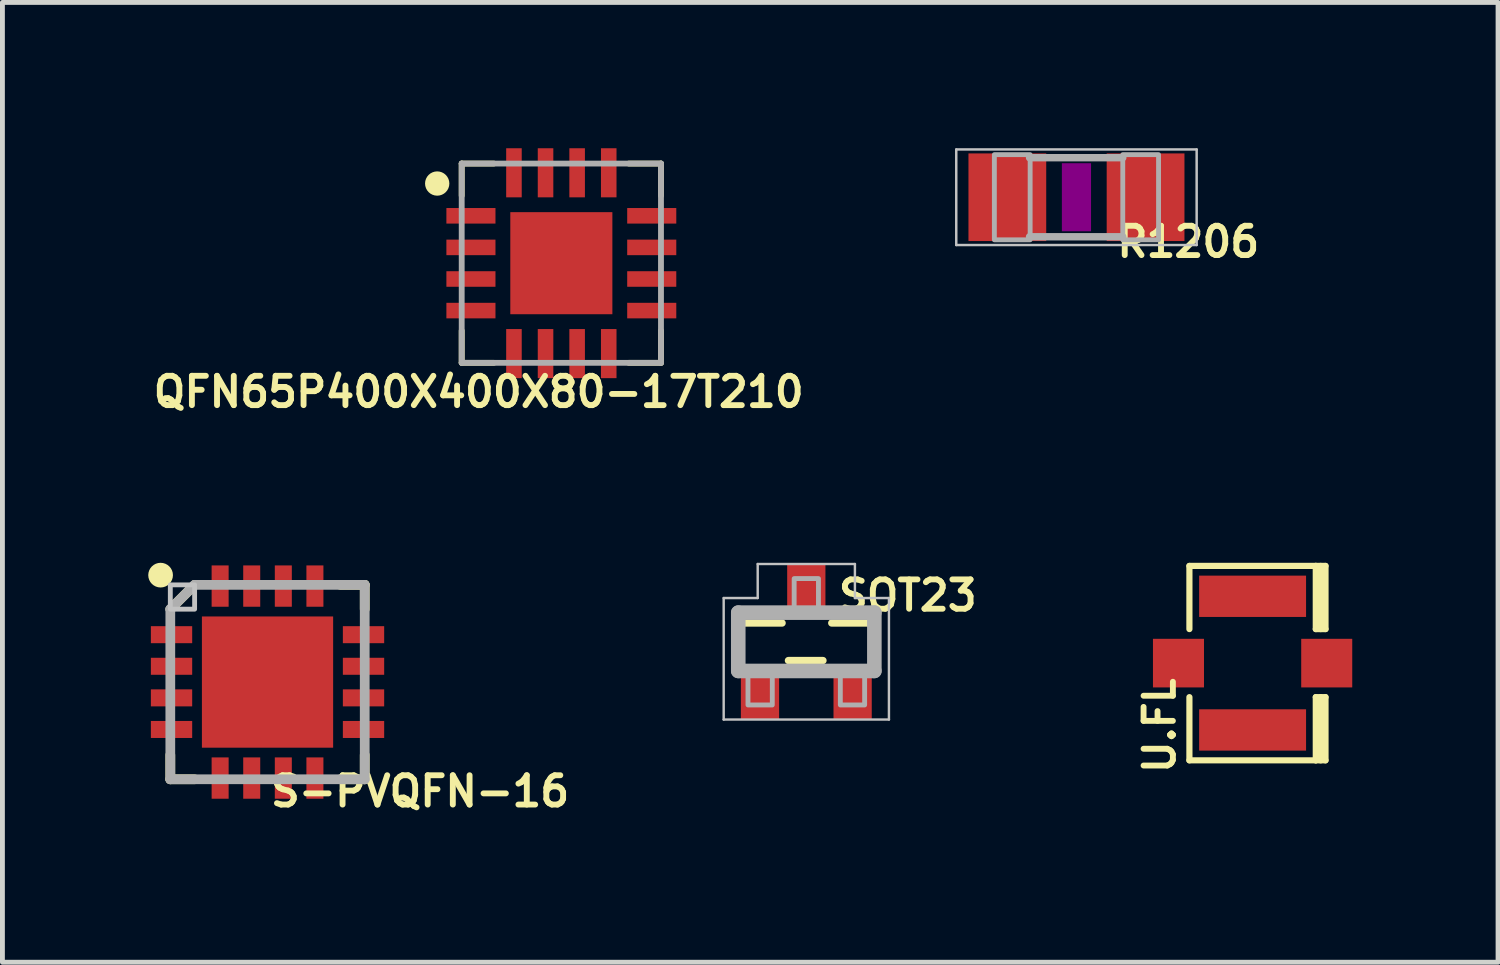
<source format=kicad_pcb>
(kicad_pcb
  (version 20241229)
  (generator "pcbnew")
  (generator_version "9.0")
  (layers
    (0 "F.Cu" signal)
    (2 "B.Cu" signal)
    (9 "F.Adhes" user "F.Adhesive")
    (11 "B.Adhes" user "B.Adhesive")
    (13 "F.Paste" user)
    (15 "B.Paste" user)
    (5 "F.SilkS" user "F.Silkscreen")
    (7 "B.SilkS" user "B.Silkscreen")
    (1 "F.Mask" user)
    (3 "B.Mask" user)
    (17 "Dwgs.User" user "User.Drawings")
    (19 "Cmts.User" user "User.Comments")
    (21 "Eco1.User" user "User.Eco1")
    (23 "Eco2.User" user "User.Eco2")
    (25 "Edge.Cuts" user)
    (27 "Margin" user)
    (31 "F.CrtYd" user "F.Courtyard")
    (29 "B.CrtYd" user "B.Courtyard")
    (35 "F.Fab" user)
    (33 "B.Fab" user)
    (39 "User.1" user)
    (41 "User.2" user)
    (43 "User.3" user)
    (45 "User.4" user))
  (footprint "R1206"
    (layer "F.Cu")
    (at 19.097 1.008)
    (property "Reference" "R1206" (at 0.77 1.27 180) (layer "F.SilkS") (effects (font (size 0.603 0.603) (thickness 0.121)) (justify left bottom)))
    (attr through_hole)
    (fp_poly (pts (xy -0.3 0.7) (xy 0.3 0.7) (xy 0.3 -0.7) (xy -0.3 -0.7)) (stroke (width 0) (type solid)) (fill yes) (layer "F.Adhes"))
    (fp_line (start -2.473 -0.983) (end 2.473 -0.983) (stroke (width 0.051) (type solid)) (layer "Dwgs.User"))
    (fp_line (start -2.473 0.983) (end -2.473 -0.983) (stroke (width 0.051) (type solid)) (layer "Dwgs.User"))
    (fp_line (start 2.473 -0.983) (end 2.473 0.983) (stroke (width 0.051) (type solid)) (layer "Dwgs.User"))
    (fp_line (start 2.473 0.983) (end -2.473 0.983) (stroke (width 0.051) (type solid)) (layer "Dwgs.User"))
    (fp_line (start 0.953 -0.813) (end -0.965 -0.813) (stroke (width 0.152) (type solid)) (layer "F.Fab"))
    (fp_line (start 0.953 0.813) (end -0.965 0.813) (stroke (width 0.152) (type solid)) (layer "F.Fab"))
    (fp_poly (pts (xy -1.689 0.876) (xy -0.953 0.876) (xy -0.953 -0.876) (xy -1.689 -0.876)) (stroke (width 0.1) (type solid)) (fill no) (layer "F.Fab"))
    (fp_poly (pts (xy 0.953 0.876) (xy 1.689 0.876) (xy 1.689 -0.876) (xy 0.953 -0.876)) (stroke (width 0.1) (type solid)) (fill no) (layer "F.Fab"))
    (pad "1" smd rect (at -1.422 0) (size 1.6 1.803) (layers "F.Cu" "F.Mask" "F.Paste"))
    (pad "2" smd rect (at 1.422 0) (size 1.6 1.803) (layers "F.Cu" "F.Mask" "F.Paste")))
  (footprint "S-PVQFN-16"
    (layer "F.Cu")
    (at 2.454 10.983)
    (property "Reference" "S-PVQFN-16" (at 0 2.6 180) (layer "F.SilkS") (effects (font (size 0.603 0.603) (thickness 0.121)) (justify left bottom)))
    (attr through_hole)
    (fp_line (start -2 1.5) (end -2 2) (stroke (width 0.2) (type solid)) (layer "F.SilkS"))
    (fp_line (start -2 2) (end -1.5 2) (stroke (width 0.2) (type solid)) (layer "F.SilkS"))
    (fp_line (start -1.5 -2) (end -2 -1.5) (stroke (width 0.2) (type solid)) (layer "F.SilkS"))
    (fp_line (start 1.5 2) (end 2 2) (stroke (width 0.2) (type solid)) (layer "F.SilkS"))
    (fp_line (start 2 -2) (end 1.5 -2) (stroke (width 0.2) (type solid)) (layer "F.SilkS"))
    (fp_line (start 2 -1.5) (end 2 -2) (stroke (width 0.2) (type solid)) (layer "F.SilkS"))
    (fp_line (start 2 2) (end 2 1.5) (stroke (width 0.2) (type solid)) (layer "F.SilkS"))
    (fp_circle (center -2.2 -2.2) (end -2.073 -2.2) (stroke (width 0.254) (type solid)) (fill no) (layer "F.SilkS"))
    (fp_poly (pts (xy -0.2 -0.2) (xy -0.2 -1.2) (xy -0.7 -1.2) (xy -1.2 -0.7) (xy -1.2 -0.2)) (stroke (width 0) (type solid)) (fill yes) (layer "F.Paste"))
    (fp_poly (pts (xy -0.2 0.2) (xy -1.2 0.2) (xy -1.2 0.7) (xy -0.7 1.2) (xy -0.2 1.2)) (stroke (width 0) (type solid)) (fill yes) (layer "F.Paste"))
    (fp_poly (pts (xy 0.2 -0.2) (xy 1.2 -0.2) (xy 1.2 -0.7) (xy 0.7 -1.2) (xy 0.2 -1.2)) (stroke (width 0) (type solid)) (fill yes) (layer "F.Paste"))
    (fp_poly (pts (xy 0.2 0.2) (xy 0.2 1.2) (xy 0.7 1.2) (xy 1.2 0.7) (xy 1.2 0.2)) (stroke (width 0) (type solid)) (fill yes) (layer "F.Paste"))
    (fp_poly (pts (xy -2 -1.5) (xy -1.5 -1.5) (xy -1.5 -2) (xy -2 -2)) (stroke (width 0.1) (type solid)) (fill no) (layer "Dwgs.User"))
    (fp_line (start -2 2) (end -2 -1.5) (stroke (width 0.2) (type solid)) (layer "F.Fab"))
    (fp_line (start -1.5 -2) (end -2 -1.5) (stroke (width 0.2) (type solid)) (layer "F.Fab"))
    (fp_line (start -1.5 -2) (end 2 -2) (stroke (width 0.2) (type solid)) (layer "F.Fab"))
    (fp_line (start 2 -2) (end 2 2) (stroke (width 0.2) (type solid)) (layer "F.Fab"))
    (fp_line (start 2 2) (end -2 2) (stroke (width 0.2) (type solid)) (layer "F.Fab"))
    (pad "1" smd rect (at -1.975 -0.975 270) (size 0.35 0.85) (layers "F.Cu" "F.Mask" "F.Paste"))
    (pad "2" smd rect (at -1.975 -0.325 270) (size 0.35 0.85) (layers "F.Cu" "F.Mask" "F.Paste"))
    (pad "3" smd rect (at -1.975 0.325 270) (size 0.35 0.85) (layers "F.Cu" "F.Mask" "F.Paste"))
    (pad "4" smd rect (at -1.975 0.975 270) (size 0.35 0.85) (layers "F.Cu" "F.Mask" "F.Paste"))
    (pad "5" smd rect (at -0.975 1.975) (size 0.35 0.85) (layers "F.Cu" "F.Mask" "F.Paste"))
    (pad "6" smd rect (at -0.325 1.975) (size 0.35 0.85) (layers "F.Cu" "F.Mask" "F.Paste"))
    (pad "7" smd rect (at 0.325 1.975) (size 0.35 0.85) (layers "F.Cu" "F.Mask" "F.Paste"))
    (pad "8" smd rect (at 0.975 1.975) (size 0.35 0.85) (layers "F.Cu" "F.Mask" "F.Paste"))
    (pad "9" smd rect (at 1.975 0.975 90) (size 0.35 0.85) (layers "F.Cu" "F.Mask" "F.Paste"))
    (pad "10" smd rect (at 1.975 0.325 90) (size 0.35 0.85) (layers "F.Cu" "F.Mask" "F.Paste"))
    (pad "11" smd rect (at 1.975 -0.325 90) (size 0.35 0.85) (layers "F.Cu" "F.Mask" "F.Paste"))
    (pad "12" smd rect (at 1.975 -0.975 90) (size 0.35 0.85) (layers "F.Cu" "F.Mask" "F.Paste"))
    (pad "13" smd rect (at 0.975 -1.975 180) (size 0.35 0.85) (layers "F.Cu" "F.Mask" "F.Paste"))
    (pad "14" smd rect (at 0.325 -1.975 180) (size 0.35 0.85) (layers "F.Cu" "F.Mask" "F.Paste"))
    (pad "15" smd rect (at -0.325 -1.975 180) (size 0.35 0.85) (layers "F.Cu" "F.Mask" "F.Paste"))
    (pad "16" smd rect (at -0.975 -1.975 180) (size 0.35 0.85) (layers "F.Cu" "F.Mask" "F.Paste"))
    (pad "PAD" smd rect (at 0 0) (size 2.7 2.7) (layers "F.Cu" "F.Mask")))
  (footprint "QFN65P400X400X80-17T210"
    (layer "F.Cu")
    (at 8.499 2.365)
    (property "Reference" "QFN65P400X400X80-17T210" (at -1.7 3 0) (layer "F.SilkS") (effects (font (size 0.603 0.603) (thickness 0.121)) (justify bottom)))
    (attr through_hole)
    (fp_line (start -2.05 -2.05) (end -1.389 -2.05) (stroke (width 0.12) (type solid)) (layer "F.SilkS"))
    (fp_line (start -2.05 -1.389) (end -2.05 -2.05) (stroke (width 0.12) (type solid)) (layer "F.SilkS"))
    (fp_line (start -2.05 1.389) (end -2.05 2.05) (stroke (width 0.12) (type solid)) (layer "F.SilkS"))
    (fp_line (start -2.05 2.05) (end -1.389 2.05) (stroke (width 0.12) (type solid)) (layer "F.SilkS"))
    (fp_line (start 2.05 -2.05) (end 1.389 -2.05) (stroke (width 0.12) (type solid)) (layer "F.SilkS"))
    (fp_line (start 2.05 -1.389) (end 2.05 -2.05) (stroke (width 0.12) (type solid)) (layer "F.SilkS"))
    (fp_line (start 2.05 1.389) (end 2.05 2.05) (stroke (width 0.12) (type solid)) (layer "F.SilkS"))
    (fp_line (start 2.05 2.05) (end 1.389 2.05) (stroke (width 0.12) (type solid)) (layer "F.SilkS"))
    (fp_circle (center -2.554 -1.639) (end -2.429 -1.639) (stroke (width 0.25) (type solid)) (fill no) (layer "F.SilkS"))
    (fp_poly (pts (xy -0.9 -0.2) (xy -0.2 -0.2) (xy -0.2 -0.9) (xy -0.9 -0.9)) (stroke (width 0) (type solid)) (fill yes) (layer "F.Paste"))
    (fp_poly (pts (xy -0.9 0.9) (xy -0.2 0.9) (xy -0.2 0.2) (xy -0.9 0.2)) (stroke (width 0) (type solid)) (fill yes) (layer "F.Paste"))
    (fp_poly (pts (xy 0.2 -0.2) (xy 0.9 -0.2) (xy 0.9 -0.9) (xy 0.2 -0.9)) (stroke (width 0) (type solid)) (fill yes) (layer "F.Paste"))
    (fp_poly (pts (xy 0.2 0.9) (xy 0.9 0.9) (xy 0.9 0.2) (xy 0.2 0.2)) (stroke (width 0) (type solid)) (fill yes) (layer "F.Paste"))
    (fp_line (start -2.05 -2.05) (end 2.05 -2.05) (stroke (width 0.12) (type solid)) (layer "F.Fab"))
    (fp_line (start -2.05 2.05) (end -2.05 -2.05) (stroke (width 0.12) (type solid)) (layer "F.Fab"))
    (fp_line (start 2.05 -2.05) (end 2.05 2.05) (stroke (width 0.12) (type solid)) (layer "F.Fab"))
    (fp_line (start 2.05 2.05) (end -2.05 2.05) (stroke (width 0.12) (type solid)) (layer "F.Fab"))
    (pad "1" smd rect (at -1.86 -0.975) (size 1.01 0.32) (layers "F.Cu" "F.Mask" "F.Paste"))
    (pad "2" smd rect (at -1.86 -0.325) (size 1.01 0.32) (layers "F.Cu" "F.Mask" "F.Paste"))
    (pad "3" smd rect (at -1.86 0.325) (size 1.01 0.32) (layers "F.Cu" "F.Mask" "F.Paste"))
    (pad "4" smd rect (at -1.86 0.975) (size 1.01 0.32) (layers "F.Cu" "F.Mask" "F.Paste"))
    (pad "5" smd rect (at -0.975 1.86 90) (size 1.01 0.32) (layers "F.Cu" "F.Mask" "F.Paste"))
    (pad "6" smd rect (at -0.325 1.86 90) (size 1.01 0.32) (layers "F.Cu" "F.Mask" "F.Paste"))
    (pad "7" smd rect (at 0.325 1.86 90) (size 1.01 0.32) (layers "F.Cu" "F.Mask" "F.Paste"))
    (pad "8" smd rect (at 0.975 1.86 90) (size 1.01 0.32) (layers "F.Cu" "F.Mask" "F.Paste"))
    (pad "9" smd rect (at 1.86 0.975) (size 1.01 0.32) (layers "F.Cu" "F.Mask" "F.Paste"))
    (pad "10" smd rect (at 1.86 0.325) (size 1.01 0.32) (layers "F.Cu" "F.Mask" "F.Paste"))
    (pad "11" smd rect (at 1.86 -0.325) (size 1.01 0.32) (layers "F.Cu" "F.Mask" "F.Paste"))
    (pad "12" smd rect (at 1.86 -0.975) (size 1.01 0.32) (layers "F.Cu" "F.Mask" "F.Paste"))
    (pad "13" smd rect (at 0.975 -1.86 90) (size 1.01 0.32) (layers "F.Cu" "F.Mask" "F.Paste"))
    (pad "14" smd rect (at 0.325 -1.86 90) (size 1.01 0.32) (layers "F.Cu" "F.Mask" "F.Paste"))
    (pad "15" smd rect (at -0.325 -1.86 90) (size 1.01 0.32) (layers "F.Cu" "F.Mask" "F.Paste"))
    (pad "16" smd rect (at -0.975 -1.86 90) (size 1.01 0.32) (layers "F.Cu" "F.Mask" "F.Paste"))
    (pad "EPAD" smd rect (at 0 0) (size 2.1 2.1) (layers "F.Cu" "F.Mask")))
  (footprint "U.FL"
    (layer "F.Cu")
    (at 22.721 10.593)
    (property "Reference" "U.FL" (at -1.56 2.33 270) (layer "F.SilkS") (effects (font (size 0.603 0.603) (thickness 0.121)) (justify left bottom)))
    (attr through_hole)
    (fp_line (start -1.3 -0.7) (end -1.3 -2) (stroke (width 0.127) (type solid)) (layer "F.SilkS"))
    (fp_line (start -1.3 2) (end -1.3 0.7) (stroke (width 0.127) (type solid)) (layer "F.SilkS"))
    (fp_line (start -1.3 2) (end 1.3 2) (stroke (width 0.127) (type solid)) (layer "F.SilkS"))
    (fp_line (start 1.3 -2) (end -1.3 -2) (stroke (width 0.127) (type solid)) (layer "F.SilkS"))
    (fp_line (start 1.3 -0.7) (end 1.3 -2) (stroke (width 0.127) (type solid)) (layer "F.SilkS"))
    (fp_line (start 1.3 2) (end 1.3 0.7) (stroke (width 0.127) (type solid)) (layer "F.SilkS"))
    (fp_line (start 1.4 -0.7) (end 1.4 -2) (stroke (width 0.127) (type solid)) (layer "F.SilkS"))
    (fp_line (start 1.4 2) (end 1.4 0.7) (stroke (width 0.127) (type solid)) (layer "F.SilkS"))
    (fp_line (start 1.5 -2) (end 1.3 -2) (stroke (width 0.127) (type solid)) (layer "F.SilkS"))
    (fp_line (start 1.5 -0.7) (end 1.3 -0.7) (stroke (width 0.127) (type solid)) (layer "F.SilkS"))
    (fp_line (start 1.5 -0.7) (end 1.5 -2) (stroke (width 0.127) (type solid)) (layer "F.SilkS"))
    (fp_line (start 1.5 0.7) (end 1.3 0.7) (stroke (width 0.127) (type solid)) (layer "F.SilkS"))
    (fp_line (start 1.5 2) (end 1.3 2) (stroke (width 0.127) (type solid)) (layer "F.SilkS"))
    (fp_line (start 1.5 2) (end 1.5 0.7) (stroke (width 0.127) (type solid)) (layer "F.SilkS"))
    (pad "1" smd rect (at 0 -1.375) (size 2.2 0.85) (layers "F.Cu" "F.Mask" "F.Paste"))
    (pad "2" smd rect (at 0 1.375) (size 2.2 0.85) (layers "F.Cu" "F.Mask" "F.Paste"))
    (pad "FEED" smd rect (at 1.525 0) (size 1.05 1) (layers "F.Cu" "F.Mask" "F.Paste"))
    (pad "NC" smd rect (at -1.525 0) (size 1.05 1) (layers "F.Cu" "F.Mask" "F.Paste")))
  (footprint "SOT23"
    (layer "F.Cu")
    (at 13.539 10.154)
    (property "Reference" "SOT23" (at 0.6 -0.6 0) (layer "F.SilkS") (effects (font (size 0.603 0.603) (thickness 0.121)) (justify left bottom)))
    (attr through_hole)
    (fp_line (start -1.387 -0.386) (end -0.498 -0.386) (stroke (width 0.15) (type solid)) (layer "F.SilkS"))
    (fp_line (start -1.387 0.368) (end -1.387 -0.386) (stroke (width 0.15) (type solid)) (layer "F.SilkS"))
    (fp_line (start -0.368 0.386) (end 0.343 0.386) (stroke (width 0.15) (type solid)) (layer "F.SilkS"))
    (fp_line (start 1.387 -0.386) (end 0.523 -0.386) (stroke (width 0.15) (type solid)) (layer "F.SilkS"))
    (fp_line (start 1.387 0.368) (end 1.387 -0.386) (stroke (width 0.15) (type solid)) (layer "F.SilkS"))
    (fp_line (start -1.7 -0.9) (end -1.7 1.6) (stroke (width 0.05) (type solid)) (layer "Dwgs.User"))
    (fp_line (start -1.7 1.6) (end 1.7 1.6) (stroke (width 0.05) (type solid)) (layer "Dwgs.User"))
    (fp_line (start -1 -1.6) (end -1 -0.9) (stroke (width 0.05) (type solid)) (layer "Dwgs.User"))
    (fp_line (start -1 -0.9) (end -1.7 -0.9) (stroke (width 0.05) (type solid)) (layer "Dwgs.User"))
    (fp_line (start 1 -1.6) (end -1 -1.6) (stroke (width 0.05) (type solid)) (layer "Dwgs.User"))
    (fp_line (start 1 -0.9) (end 1 -1.6) (stroke (width 0.05) (type solid)) (layer "Dwgs.User"))
    (fp_line (start 1.7 -0.9) (end 1 -0.9) (stroke (width 0.05) (type solid)) (layer "Dwgs.User"))
    (fp_line (start 1.7 1.6) (end 1.7 -0.9) (stroke (width 0.05) (type solid)) (layer "Dwgs.User"))
    (fp_line (start -1.4 -0.6) (end -1.4 0.6) (stroke (width 0.3) (type solid)) (layer "F.Fab"))
    (fp_line (start -1.4 0.6) (end 1.4 0.6) (stroke (width 0.3) (type solid)) (layer "F.Fab"))
    (fp_line (start 1.4 -0.6) (end -1.4 -0.6) (stroke (width 0.3) (type solid)) (layer "F.Fab"))
    (fp_line (start 1.4 0.6) (end 1.4 -0.6) (stroke (width 0.3) (type solid)) (layer "F.Fab"))
    (fp_poly (pts (xy -1.2 1.3) (xy -0.7 1.3) (xy -0.7 0.65) (xy -1.2 0.65)) (stroke (width 0.1) (type solid)) (fill no) (layer "F.Fab"))
    (fp_poly (pts (xy -0.25 -0.65) (xy 0.25 -0.65) (xy 0.25 -1.3) (xy -0.25 -1.3)) (stroke (width 0.1) (type solid)) (fill no) (layer "F.Fab"))
    (fp_poly (pts (xy 0.7 1.3) (xy 1.2 1.3) (xy 1.2 0.65) (xy 0.7 0.65)) (stroke (width 0.1) (type solid)) (fill no) (layer "F.Fab"))
    (pad "1" smd rect (at -0.953 1.143) (size 0.787 0.889) (layers "F.Cu" "F.Mask" "F.Paste"))
    (pad "2" smd rect (at 0.953 1.143) (size 0.787 0.889) (layers "F.Cu" "F.Mask" "F.Paste"))
    (pad "3" smd rect (at 0 -1.143) (size 0.787 0.889) (layers "F.Cu" "F.Mask" "F.Paste")))
  (gr_rect
    (start -3 -3)
    (end 27.771 16.747)
    (stroke (width 0.1) (type default))
    (fill no)
    (layer "Edge.Cuts")))
</source>
